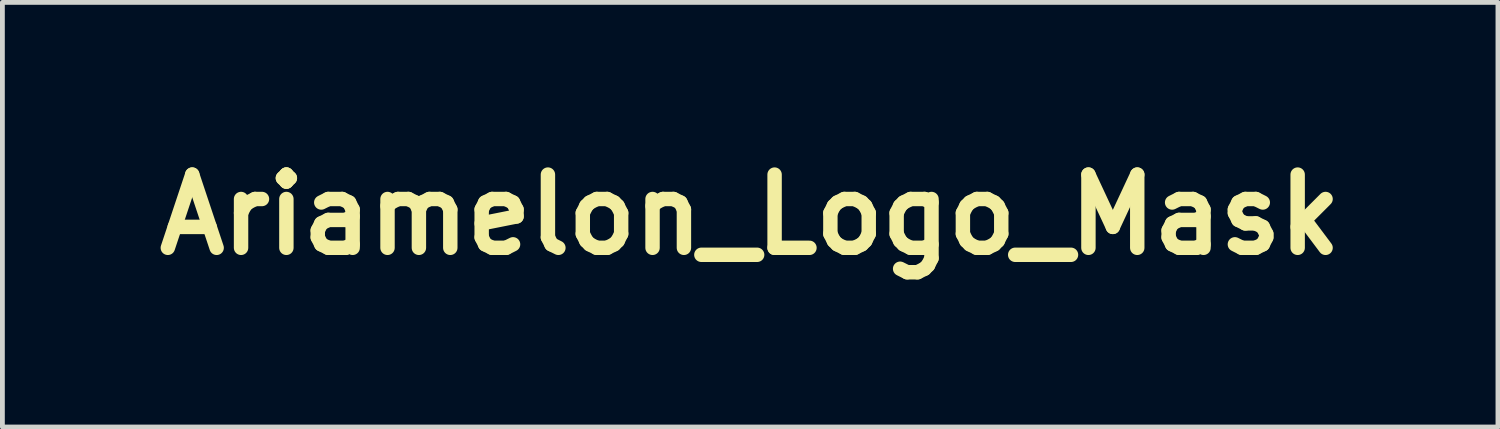
<source format=kicad_pcb>
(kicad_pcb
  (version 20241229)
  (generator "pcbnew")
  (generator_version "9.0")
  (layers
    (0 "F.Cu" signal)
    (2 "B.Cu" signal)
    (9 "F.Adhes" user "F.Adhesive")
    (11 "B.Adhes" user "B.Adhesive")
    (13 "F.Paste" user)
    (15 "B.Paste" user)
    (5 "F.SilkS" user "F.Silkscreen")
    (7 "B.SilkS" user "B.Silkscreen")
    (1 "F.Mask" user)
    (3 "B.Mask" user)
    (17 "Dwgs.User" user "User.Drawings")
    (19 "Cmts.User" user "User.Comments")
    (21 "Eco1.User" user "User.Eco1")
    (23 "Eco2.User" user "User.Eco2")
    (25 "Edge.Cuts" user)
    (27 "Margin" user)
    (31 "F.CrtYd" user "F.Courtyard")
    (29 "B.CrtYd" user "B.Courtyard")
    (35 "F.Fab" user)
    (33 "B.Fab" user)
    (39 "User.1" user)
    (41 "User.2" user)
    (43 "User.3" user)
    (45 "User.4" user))
  (footprint "Ariamelon_Logo_Mask"
    (layer "F.Cu")
    (at 12.562 1.418)
    (property "Reference" "Ariamelon_Logo_Mask" (at 0 0 0) (layer "F.SilkS") (effects (font (size 1.524 1.524) (thickness 0.3))))
    (attr board_only exclude_from_pos_files exclude_from_bom)
    (fp_poly (pts (xy -4.155 0.504) (xy -4.149 0.555) (xy -4.196 0.665) (xy -4.233 0.677) (xy -4.301 0.606) (xy -4.318 0.503) (xy -4.285 0.386) (xy -4.233 0.381)) (stroke (width 0) (type solid)) (fill yes) (layer "F.Mask"))
    (fp_poly (pts (xy -3.598 0.138) (xy -3.557 0.275) (xy -3.61 0.336) (xy -3.716 0.307) (xy -3.768 0.254) (xy -3.779 0.113) (xy -3.762 0.076) (xy -3.684 0.053)) (stroke (width 0) (type solid)) (fill yes) (layer "F.Mask"))
    (fp_poly (pts (xy -3.059 -0.215) (xy -3.064 -0.164) (xy -3.171 -0.036) (xy -3.212 -0.016) (xy -3.291 -0.039) (xy -3.286 -0.09) (xy -3.179 -0.218) (xy -3.138 -0.238)) (stroke (width 0) (type solid)) (fill yes) (layer "F.Mask"))
    (fp_poly (pts (xy -2.763 -0.619) (xy -2.711 -0.502) (xy -2.765 -0.426) (xy -2.789 -0.423) (xy -2.904 -0.485) (xy -2.917 -0.502) (xy -2.913 -0.603) (xy -2.824 -0.646)) (stroke (width 0) (type solid)) (fill yes) (layer "F.Mask"))
    (fp_poly (pts (xy -1.188 -0.528) (xy -1.185 -0.508) (xy -1.25 -0.426) (xy -1.27 -0.423) (xy -1.352 -0.488) (xy -1.355 -0.508) (xy -1.29 -0.59) (xy -1.27 -0.593)) (stroke (width 0) (type solid)) (fill yes) (layer "F.Mask"))
    (fp_poly (pts (xy -2.371 -1.25) (xy -2.26 -1.147) (xy -2.215 -0.897) (xy -2.235 -0.51) (xy -2.291 -0.148) (xy -2.346 0.206) (xy -2.35 0.448) (xy -2.305 0.626) (xy -2.299 0.64) (xy -2.199 0.794) (xy -2.116 0.788) (xy -2.059 0.632) (xy -2.033 0.334) (xy -2.032 0.249) (xy -2.019 -0.02) (xy -1.985 -0.201) (xy -1.947 -0.254) (xy -1.865 -0.192) (xy -1.863 -0.172) (xy -1.801 -0.116) (xy -1.757 -0.123) (xy -1.464 -0.205) (xy -1.293 -0.217) (xy -1.209 -0.145) (xy -1.173 0.026) (xy -1.166 0.105) (xy -1.146 0.326) (xy -1.122 0.394) (xy -1.078 0.326) (xy -1.036 0.232) (xy -0.88 0.012) (xy -0.665 -0.123) (xy -0.446 -0.148) (xy -0.353 -0.112) (xy -0.254 0.023) (xy -0.214 0.283) (xy -0.212 0.384) (xy -0.19 0.658) (xy -0.131 0.809) (xy -0.106 0.826) (xy -0.041 0.793) (xy -0.007 0.626) (xy 0 0.393) (xy 0.022 0.062) (xy 0.089 -0.111) (xy 0.208 -0.13) (xy 0.344 -0.038) (xy 0.476 0.062) (xy 0.577 0.042) (xy 0.672 -0.038) (xy 0.836 -0.138) (xy 0.946 -0.088) (xy 1.008 0.117) (xy 1.025 0.365) (xy 1.035 0.804) (xy 1.107 0.435) (xy 1.142 0.31) (xy 1.355 0.31) (xy 1.388 0.385) (xy 1.513 0.344) (xy 1.519 0.341) (xy 1.674 0.236) (xy 1.732 0.175) (xy 1.721 0.067) (xy 1.691 0.041) (xy 1.559 0.042) (xy 1.425 0.144) (xy 1.355 0.293) (xy 1.355 0.31) (xy 1.142 0.31) (xy 1.202 0.097) (xy 1.333 -0.096) (xy 1.518 -0.168) (xy 1.56 -0.169) (xy 1.803 -0.115) (xy 1.923 0.024) (xy 1.916 0.211) (xy 1.777 0.411) (xy 1.642 0.514) (xy 1.459 0.638) (xy 1.409 0.716) (xy 1.472 0.778) (xy 1.474 0.78) (xy 1.699 0.82) (xy 1.917 0.714) (xy 2.066 0.523) (xy 2.136 0.281) (xy 2.151 -0.082) (xy 2.14 -0.299) (xy 2.128 -0.55) (xy 2.307 -0.55) (xy 2.314 -0.376) (xy 2.333 -0.331) (xy 2.344 -0.359) (xy 2.36 -0.562) (xy 2.346 -0.698) (xy 2.324 -0.744) (xy 2.31 -0.643) (xy 2.307 -0.55) (xy 2.128 -0.55) (xy 2.124 -0.634) (xy 2.14 -0.843) (xy 2.192 -0.966) (xy 2.23 -1.005) (xy 2.377 -1.072) (xy 2.452 -1.061) (xy 2.508 -0.941) (xy 2.533 -0.702) (xy 2.528 -0.39) (xy 2.491 -0.053) (xy 2.452 0.152) (xy 2.409 0.486) (xy 2.456 0.7) (xy 2.588 0.783) (xy 2.753 0.746) (xy 2.927 0.641) (xy 2.942 0.537) (xy 2.836 0.423) (xy 2.72 0.258) (xy 2.743 0.17) (xy 2.956 0.17) (xy 2.993 0.324) (xy 3.1 0.488) (xy 3.25 0.66) (xy 3.365 0.755) (xy 3.387 0.762) (xy 3.48 0.701) (xy 3.624 0.549) (xy 3.674 0.488) (xy 3.8 0.279) (xy 3.809 0.145) (xy 3.708 0.111) (xy 3.565 0.164) (xy 3.357 0.216) (xy 3.208 0.164) (xy 3.03 0.109) (xy 2.956 0.17) (xy 2.743 0.17) (xy 2.767 0.081) (xy 2.879 -0.042) (xy 3.012 -0.145) (xy 3.112 -0.13) (xy 3.217 -0.042) (xy 3.35 0.06) (xy 3.45 0.045) (xy 3.559 -0.045) (xy 3.688 -0.146) (xy 3.784 -0.136) (xy 3.914 -0.019) (xy 4.034 0.13) (xy 4.036 0.262) (xy 3.985 0.37) (xy 3.923 0.576) (xy 3.967 0.721) (xy 4.069 0.762) (xy 4.113 0.686) (xy 4.142 0.489) (xy 4.149 0.306) (xy 4.149 -0.15) (xy 4.538 -0.137) (xy 4.859 -0.089) (xy 5.037 0.027) (xy 5.112 0.191) (xy 5.177 0.432) (xy 5.221 0.689) (xy 5.233 0.9) (xy 5.209 1) (xy 5.13 0.996) (xy 5.054 0.873) (xy 5.004 0.679) (xy 4.997 0.578) (xy 4.937 0.338) (xy 4.791 0.155) (xy 4.611 0.085) (xy 4.472 0.16) (xy 4.364 0.351) (xy 4.318 0.604) (xy 4.318 0.619) (xy 4.268 0.824) (xy 4.189 0.933) (xy 4.068 0.991) (xy 3.936 0.925) (xy 3.893 0.888) (xy 3.76 0.786) (xy 3.66 0.803) (xy 3.558 0.888) (xy 3.413 0.986) (xy 3.297 0.96) (xy 3.259 0.93) (xy 3.14 0.869) (xy 2.975 0.879) (xy 2.781 0.936) (xy 2.556 1) (xy 2.429 0.998) (xy 2.345 0.926) (xy 2.337 0.915) (xy 2.245 0.829) (xy 2.123 0.845) (xy 2.016 0.897) (xy 1.786 0.965) (xy 1.472 0.995) (xy 1.342 0.993) (xy 1.072 0.971) (xy 0.93 0.924) (xy 0.872 0.836) (xy 0.866 0.804) (xy 0.808 0.489) (xy 0.751 0.325) (xy 0.686 0.292) (xy 0.675 0.298) (xy 0.622 0.408) (xy 0.594 0.618) (xy 0.593 0.682) (xy 0.574 0.893) (xy 0.526 1.008) (xy 0.508 1.016) (xy 0.455 0.941) (xy 0.425 0.754) (xy 0.423 0.682) (xy 0.404 0.457) (xy 0.357 0.314) (xy 0.341 0.298) (xy 0.275 0.312) (xy 0.216 0.455) (xy 0.159 0.747) (xy 0.15 0.804) (xy 0.105 0.91) (xy -0.02 0.966) (xy -0.267 0.992) (xy -0.291 0.993) (xy -0.559 0.985) (xy -0.767 0.944) (xy -0.826 0.914) (xy -0.944 0.863) (xy -1.019 0.936) (xy -1.116 1.009) (xy -1.21 0.931) (xy -1.287 0.723) (xy -1.326 0.483) (xy -0.893 0.483) (xy -0.852 0.582) (xy -0.708 0.737) (xy -0.55 0.734) (xy -0.426 0.598) (xy -0.349 0.363) (xy -0.357 0.151) (xy -0.432 0.037) (xy -0.548 0.052) (xy -0.71 0.165) (xy -0.737 0.191) (xy -0.874 0.354) (xy -0.893 0.483) (xy -1.326 0.483) (xy -1.335 0.428) (xy -1.372 0.168) (xy -1.429 0.038) (xy -1.525 0.000249) (xy -1.537 0) (xy -1.689 0.078) (xy -1.803 0.286) (xy -1.859 0.587) (xy -1.863 0.686) (xy -1.911 0.91) (xy -2.032 1.011) (xy -2.19 0.995) (xy -2.348 0.868) (xy -2.47 0.637) (xy -2.489 0.575) (xy -2.564 0.278) (xy -2.898 0.612) (xy -3.372 0.988) (xy -3.888 1.204) (xy -4.414 1.268) (xy -4.766 1.245) (xy -5.005 1.166) (xy -5.092 1.107) (xy -5.201 0.981) (xy -5.054 0.981) (xy -4.911 1.071) (xy -4.889 1.082) (xy -4.512 1.173) (xy -4.047 1.126) (xy -3.785 1.051) (xy -3.44 0.878) (xy -3.082 0.608) (xy -2.756 0.284) (xy -2.502 -0.054) (xy -2.369 -0.343) (xy -2.307 -0.686) (xy -2.314 -0.962) (xy -2.387 -1.134) (xy -2.438 -1.166) (xy -2.51 -1.145) (xy -2.495 -0.994) (xy -2.495 -0.993) (xy -2.487 -0.686) (xy -2.578 -0.326) (xy -2.748 0.023) (xy -2.876 0.196) (xy -3.095 0.399) (xy -3.386 0.609) (xy -3.558 0.712) (xy -3.834 0.848) (xy -4.07 0.913) (xy -4.349 0.925) (xy -4.537 0.916) (xy -4.871 0.904) (xy -5.042 0.926) (xy -5.054 0.981) (xy -5.201 0.981) (xy -5.224 0.955) (xy -5.207 0.859) (xy -5.135 0.795) (xy -4.849 0.795) (xy -4.696 0.849) (xy -4.439 0.848) (xy -4.129 0.8) (xy -3.82 0.712) (xy -3.651 0.64) (xy -3.216 0.353) (xy -2.872 -0.01) (xy -2.654 -0.408) (xy -2.63 -0.485) (xy -2.555 -0.805) (xy -2.55 -0.978) (xy -2.591 -1.016) (xy -2.674 -0.967) (xy -2.86 -0.833) (xy -3.12 -0.636) (xy -3.374 -0.439) (xy -3.723 -0.164) (xy -4.071 0.108) (xy -4.368 0.337) (xy -4.503 0.442) (xy -4.706 0.61) (xy -4.83 0.74) (xy -4.849 0.795) (xy -5.135 0.795) (xy -5.042 0.712) (xy -4.785 0.501) (xy -4.46 0.246) (xy -4.092 -0.036) (xy -3.706 -0.326) (xy -3.327 -0.605) (xy -2.98 -0.856) (xy -2.688 -1.059) (xy -2.478 -1.196) (xy -2.374 -1.25)) (stroke (width 0) (type solid)) (fill yes) (layer "F.Mask")))
  (gr_rect
    (start -3 -3)
    (end 28.124 5.836)
    (stroke (width 0.1) (type default))
    (fill no)
    (layer "Edge.Cuts")))
</source>
